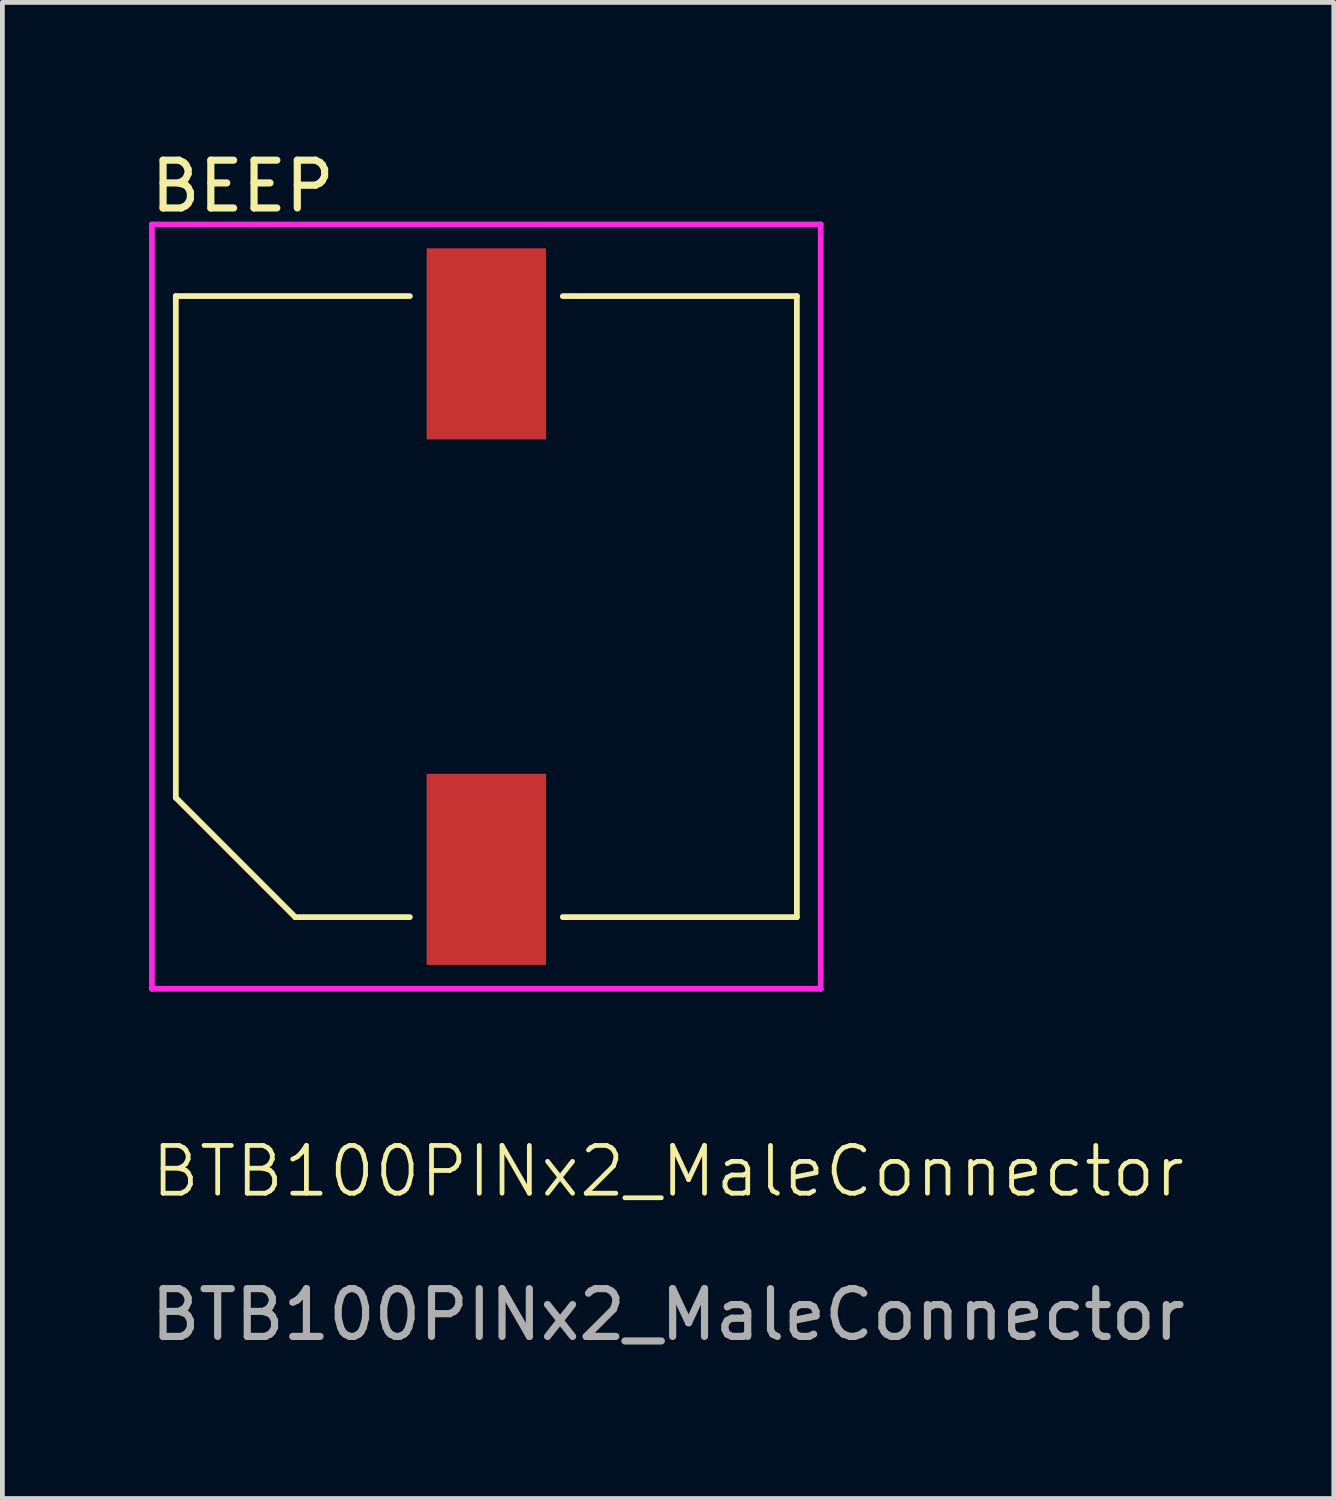
<source format=kicad_pcb>
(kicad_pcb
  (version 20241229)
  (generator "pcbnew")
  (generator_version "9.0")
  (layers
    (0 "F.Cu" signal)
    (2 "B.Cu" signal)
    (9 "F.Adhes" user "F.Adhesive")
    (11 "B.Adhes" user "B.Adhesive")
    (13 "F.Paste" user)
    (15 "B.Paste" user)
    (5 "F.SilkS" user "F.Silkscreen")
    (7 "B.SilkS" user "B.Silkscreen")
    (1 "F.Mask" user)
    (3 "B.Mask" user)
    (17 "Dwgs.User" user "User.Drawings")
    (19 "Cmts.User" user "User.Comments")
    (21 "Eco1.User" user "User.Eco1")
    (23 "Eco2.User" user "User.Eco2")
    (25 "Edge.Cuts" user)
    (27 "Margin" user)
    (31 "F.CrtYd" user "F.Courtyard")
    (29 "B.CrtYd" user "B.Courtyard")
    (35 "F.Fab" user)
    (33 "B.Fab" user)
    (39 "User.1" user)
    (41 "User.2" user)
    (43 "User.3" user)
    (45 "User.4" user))
  (footprint "BEEP"
    (layer "F.Cu")
    (at 7.13 9.648)
    (property "Reference" "BEEP" (at -5.1 -8.8 0) (layer "F.SilkS") (effects (font (size 1 1) (thickness 0.15))))
    (attr through_hole)
    (fp_line (start -6.5 -6.5) (end -6.5 4) (stroke (width 0.12) (type solid)) (layer "F.SilkS"))
    (fp_line (start -6.5 -6.5) (end -1.6 -6.5) (stroke (width 0.12) (type solid)) (layer "F.SilkS"))
    (fp_line (start -6.5 4) (end -4 6.5) (stroke (width 0.12) (type solid)) (layer "F.SilkS"))
    (fp_line (start -4 6.5) (end -1.6 6.5) (stroke (width 0.12) (type solid)) (layer "F.SilkS"))
    (fp_line (start 1.6 -6.5) (end 6.5 -6.5) (stroke (width 0.12) (type solid)) (layer "F.SilkS"))
    (fp_line (start 1.6 6.5) (end 6.5 6.5) (stroke (width 0.12) (type solid)) (layer "F.SilkS"))
    (fp_line (start 6.5 -6.5) (end 6.5 6.5) (stroke (width 0.12) (type solid)) (layer "F.SilkS"))
    (fp_line (start -7 -8) (end -7 8) (stroke (width 0.12) (type solid)) (layer "F.CrtYd"))
    (fp_line (start -7 -8) (end 7 -8) (stroke (width 0.12) (type solid)) (layer "F.CrtYd"))
    (fp_line (start -7 8) (end 7 8) (stroke (width 0.12) (type solid)) (layer "F.CrtYd"))
    (fp_line (start 7 -8) (end 7 8) (stroke (width 0.12) (type solid)) (layer "F.CrtYd"))
    (pad "1" smd rect (at 0 -5.5) (size 2.5 4) (layers "F.Cu" "F.Mask" "F.Paste"))
    (pad "2" smd rect (at 0 5.5) (size 2.5 4) (layers "F.Cu" "F.Mask" "F.Paste")))
  (footprint "BTB100PINx2_MaleConnector"
    (layer "F.Cu")
    (at 10.935 21.969)
    (property "Reference" "BTB100PINx2_MaleConnector" (at 0 -0.5 0) (unlocked yes) (layer "F.SilkS") (effects (font (size 1 1) (thickness 0.1))))
    (attr smd)
    (fp_text user "${REFERENCE}" (at 0 2.5 0) (unlocked yes) (layer "F.Fab") (effects (font (size 1 1) (thickness 0.15)))))
  (gr_rect
    (start -3 -3)
    (end 24.869 28.317)
    (stroke (width 0.1) (type default))
    (fill no)
    (layer "Edge.Cuts")))
</source>
